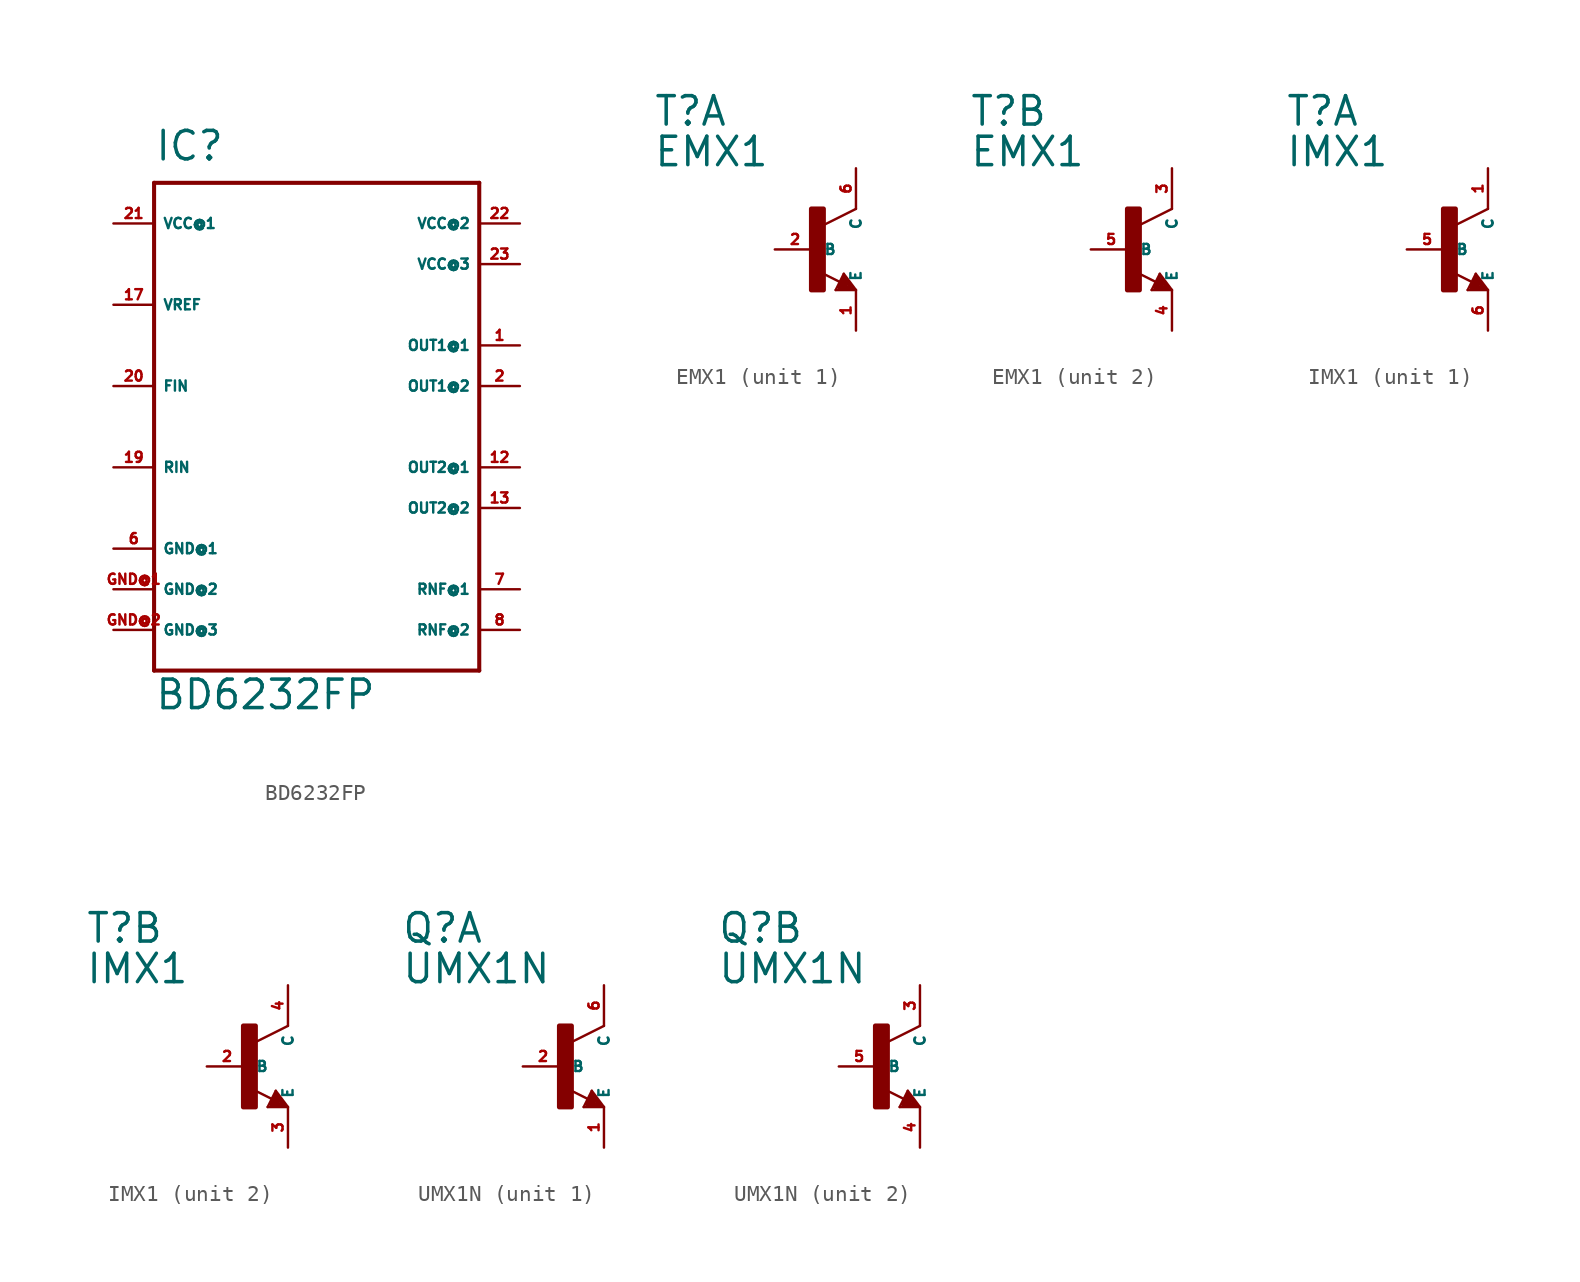
<source format=kicad_sym>
(kicad_symbol_lib
  (version 20220914)
  (generator Eagle2Kicad)
  (symbol "BD6232FP"
    (property "Reference" "IC"
      (at -10.16 13.97 0)
      (effects (font (size 1.778 1.778) (thickness 0.22)) (justify left bottom)))
    (property "Value" "BD6232FP"
      (at -10.16 -20.32 0)
      (effects (font (size 1.778 1.778) (thickness 0.22)) (justify left bottom)))
    (polyline
      (pts (xy -10.16 12.7) (xy 10.16 12.7))
      (stroke (width 0.254) (type default))
      (fill (type none)))
    (polyline
      (pts (xy 10.16 12.7) (xy 10.16 -17.78))
      (stroke (width 0.254) (type default))
      (fill (type none)))
    (polyline
      (pts (xy 10.16 -17.78) (xy -10.16 -17.78))
      (stroke (width 0.254) (type default))
      (fill (type none)))
    (polyline
      (pts (xy -10.16 -17.78) (xy -10.16 12.7))
      (stroke (width 0.254) (type default))
      (fill (type none)))
    (pin output line
      (at 12.7 2.54 180)
      (length 2.54)
      (name "OUT1@1" (effects (font (size 0.635 0.635) (thickness 0.08)) (justify left bottom)))
      (number "1" (effects (font (size 0.635 0.635) (thickness 0.08)) (justify left bottom))))
    (pin output line
      (at 12.7 -5.08 180)
      (length 2.54)
      (name "OUT2@1" (effects (font (size 0.635 0.635) (thickness 0.08)) (justify left bottom)))
      (number "12" (effects (font (size 0.635 0.635) (thickness 0.08)) (justify left bottom))))
    (pin input line
      (at -12.7 0 0)
      (length 2.54)
      (name "FIN" (effects (font (size 0.635 0.635) (thickness 0.08)) (justify left bottom)))
      (number "20" (effects (font (size 0.635 0.635) (thickness 0.08)) (justify left bottom))))
    (pin input line
      (at -12.7 -5.08 0)
      (length 2.54)
      (name "RIN" (effects (font (size 0.635 0.635) (thickness 0.08)) (justify left bottom)))
      (number "19" (effects (font (size 0.635 0.635) (thickness 0.08)) (justify left bottom))))
    (pin passive line
      (at -12.7 5.08 0)
      (length 2.54)
      (name "VREF" (effects (font (size 0.635 0.635) (thickness 0.08)) (justify left bottom)))
      (number "17" (effects (font (size 0.635 0.635) (thickness 0.08)) (justify left bottom))))
    (pin unspecified line
      (at -12.7 10.16 0)
      (length 2.54)
      (name "VCC@1" (effects (font (size 0.635 0.635) (thickness 0.08)) (justify left bottom)))
      (number "21" (effects (font (size 0.635 0.635) (thickness 0.08)) (justify left bottom))))
    (pin unspecified line
      (at -12.7 -12.7 0)
      (length 2.54)
      (name "GND@2" (effects (font (size 0.635 0.635) (thickness 0.08)) (justify left bottom)))
      (number "GND@1" (effects (font (size 0.635 0.635) (thickness 0.08)) (justify left bottom))))
    (pin unspecified line
      (at -12.7 -10.16 0)
      (length 2.54)
      (name "GND@1" (effects (font (size 0.635 0.635) (thickness 0.08)) (justify left bottom)))
      (number "6" (effects (font (size 0.635 0.635) (thickness 0.08)) (justify left bottom))))
    (pin unspecified line
      (at 12.7 10.16 180)
      (length 2.54)
      (name "VCC@2" (effects (font (size 0.635 0.635) (thickness 0.08)) (justify left bottom)))
      (number "22" (effects (font (size 0.635 0.635) (thickness 0.08)) (justify left bottom))))
    (pin unspecified line
      (at 12.7 7.62 180)
      (length 2.54)
      (name "VCC@3" (effects (font (size 0.635 0.635) (thickness 0.08)) (justify left bottom)))
      (number "23" (effects (font (size 0.635 0.635) (thickness 0.08)) (justify left bottom))))
    (pin output line
      (at 12.7 0 180)
      (length 2.54)
      (name "OUT1@2" (effects (font (size 0.635 0.635) (thickness 0.08)) (justify left bottom)))
      (number "2" (effects (font (size 0.635 0.635) (thickness 0.08)) (justify left bottom))))
    (pin output line
      (at 12.7 -7.62 180)
      (length 2.54)
      (name "OUT2@2" (effects (font (size 0.635 0.635) (thickness 0.08)) (justify left bottom)))
      (number "13" (effects (font (size 0.635 0.635) (thickness 0.08)) (justify left bottom))))
    (pin passive line
      (at 12.7 -12.7 180)
      (length 2.54)
      (name "RNF@1" (effects (font (size 0.635 0.635) (thickness 0.08)) (justify left bottom)))
      (number "7" (effects (font (size 0.635 0.635) (thickness 0.08)) (justify left bottom))))
    (pin passive line
      (at 12.7 -15.24 180)
      (length 2.54)
      (name "RNF@2" (effects (font (size 0.635 0.635) (thickness 0.08)) (justify left bottom)))
      (number "8" (effects (font (size 0.635 0.635) (thickness 0.08)) (justify left bottom))))
    (pin unspecified line
      (at -12.7 -15.24 0)
      (length 2.54)
      (name "GND@3" (effects (font (size 0.635 0.635) (thickness 0.08)) (justify left bottom)))
      (number "GND@2" (effects (font (size 0.635 0.635) (thickness 0.08)) (justify left bottom)))))
  (symbol "EMX1"
    (property "Reference" "T"
      (at -10.16 7.62 0)
      (effects (font (size 1.778 1.778) (thickness 0.22)) (justify left bottom)))
    (property "Value" "EMX1"
      (at -10.16 5.08 0)
      (effects (font (size 1.778 1.778) (thickness 0.22)) (justify left bottom)))
    (symbol "EMX1_1_0"
      (polyline (pts (xy 2.54 2.54) (xy 0.508 1.524)) (stroke (width 0.152) (type default)) (fill (type none)))
      (polyline (pts (xy 1.778 -1.524) (xy 2.54 -2.54)) (stroke (width 0.152) (type default)) (fill (type none)))
      (polyline (pts (xy 2.54 -2.54) (xy 1.27 -2.54)) (stroke (width 0.152) (type default)) (fill (type none)))
      (polyline (pts (xy 1.27 -2.54) (xy 1.778 -1.524)) (stroke (width 0.152) (type default)) (fill (type none)))
      (polyline (pts (xy 1.54 -2.04) (xy 0.308 -1.424)) (stroke (width 0.152) (type default)) (fill (type none)))
      (polyline (pts (xy 1.524 -2.413) (xy 2.286 -2.413)) (stroke (width 0.254) (type default)) (fill (type none)))
      (polyline (pts (xy 2.286 -2.413) (xy 1.778 -1.778)) (stroke (width 0.254) (type default)) (fill (type none)))
      (polyline (pts (xy 1.778 -1.778) (xy 1.524 -2.286)) (stroke (width 0.254) (type default)) (fill (type none)))
      (polyline (pts (xy 1.524 -2.286) (xy 1.905 -2.286)) (stroke (width 0.254) (type default)) (fill (type none)))
      (polyline (pts (xy 1.905 -2.286) (xy 1.778 -2.032)) (stroke (width 0.254) (type default)) (fill (type none)))
      (rectangle (start -0.254 -2.54) (end 0.508 2.54) (stroke (width 0.3) (type default)) (fill (type outline)))
      (pin passive line (at -2.54 0 0) (length 2.54) (name "B" (effects (font (size 0.635 0.635) (thickness 0.08)) (justify left bottom))) (number "2" (effects (font (size 0.635 0.635) (thickness 0.08)) (justify left bottom))))
      (pin passive line (at 2.54 -5.08 90) (length 2.54) (name "E" (effects (font (size 0.635 0.635) (thickness 0.08)) (justify left bottom))) (number "1" (effects (font (size 0.635 0.635) (thickness 0.08)) (justify left bottom))))
      (pin passive line (at 2.54 5.08 270) (length 2.54) (name "C" (effects (font (size 0.635 0.635) (thickness 0.08)) (justify left bottom))) (number "6" (effects (font (size 0.635 0.635) (thickness 0.08)) (justify left bottom)))))
    (symbol "EMX1_2_0"
      (polyline (pts (xy 2.54 2.54) (xy 0.508 1.524)) (stroke (width 0.152) (type default)) (fill (type none)))
      (polyline (pts (xy 1.778 -1.524) (xy 2.54 -2.54)) (stroke (width 0.152) (type default)) (fill (type none)))
      (polyline (pts (xy 2.54 -2.54) (xy 1.27 -2.54)) (stroke (width 0.152) (type default)) (fill (type none)))
      (polyline (pts (xy 1.27 -2.54) (xy 1.778 -1.524)) (stroke (width 0.152) (type default)) (fill (type none)))
      (polyline (pts (xy 1.54 -2.04) (xy 0.308 -1.424)) (stroke (width 0.152) (type default)) (fill (type none)))
      (polyline (pts (xy 1.524 -2.413) (xy 2.286 -2.413)) (stroke (width 0.254) (type default)) (fill (type none)))
      (polyline (pts (xy 2.286 -2.413) (xy 1.778 -1.778)) (stroke (width 0.254) (type default)) (fill (type none)))
      (polyline (pts (xy 1.778 -1.778) (xy 1.524 -2.286)) (stroke (width 0.254) (type default)) (fill (type none)))
      (polyline (pts (xy 1.524 -2.286) (xy 1.905 -2.286)) (stroke (width 0.254) (type default)) (fill (type none)))
      (polyline (pts (xy 1.905 -2.286) (xy 1.778 -2.032)) (stroke (width 0.254) (type default)) (fill (type none)))
      (rectangle (start -0.254 -2.54) (end 0.508 2.54) (stroke (width 0.3) (type default)) (fill (type outline)))
      (pin passive line (at -2.54 0 0) (length 2.54) (name "B" (effects (font (size 0.635 0.635) (thickness 0.08)) (justify left bottom))) (number "5" (effects (font (size 0.635 0.635) (thickness 0.08)) (justify left bottom))))
      (pin passive line (at 2.54 -5.08 90) (length 2.54) (name "E" (effects (font (size 0.635 0.635) (thickness 0.08)) (justify left bottom))) (number "4" (effects (font (size 0.635 0.635) (thickness 0.08)) (justify left bottom))))
      (pin passive line (at 2.54 5.08 270) (length 2.54) (name "C" (effects (font (size 0.635 0.635) (thickness 0.08)) (justify left bottom))) (number "3" (effects (font (size 0.635 0.635) (thickness 0.08)) (justify left bottom))))))
  (symbol "IMX1"
    (property "Reference" "T"
      (at -10.16 7.62 0)
      (effects (font (size 1.778 1.778) (thickness 0.22)) (justify left bottom)))
    (property "Value" "IMX1"
      (at -10.16 5.08 0)
      (effects (font (size 1.778 1.778) (thickness 0.22)) (justify left bottom)))
    (symbol "IMX1_1_0"
      (polyline (pts (xy 2.54 2.54) (xy 0.508 1.524)) (stroke (width 0.152) (type default)) (fill (type none)))
      (polyline (pts (xy 1.778 -1.524) (xy 2.54 -2.54)) (stroke (width 0.152) (type default)) (fill (type none)))
      (polyline (pts (xy 2.54 -2.54) (xy 1.27 -2.54)) (stroke (width 0.152) (type default)) (fill (type none)))
      (polyline (pts (xy 1.27 -2.54) (xy 1.778 -1.524)) (stroke (width 0.152) (type default)) (fill (type none)))
      (polyline (pts (xy 1.54 -2.04) (xy 0.308 -1.424)) (stroke (width 0.152) (type default)) (fill (type none)))
      (polyline (pts (xy 1.524 -2.413) (xy 2.286 -2.413)) (stroke (width 0.254) (type default)) (fill (type none)))
      (polyline (pts (xy 2.286 -2.413) (xy 1.778 -1.778)) (stroke (width 0.254) (type default)) (fill (type none)))
      (polyline (pts (xy 1.778 -1.778) (xy 1.524 -2.286)) (stroke (width 0.254) (type default)) (fill (type none)))
      (polyline (pts (xy 1.524 -2.286) (xy 1.905 -2.286)) (stroke (width 0.254) (type default)) (fill (type none)))
      (polyline (pts (xy 1.905 -2.286) (xy 1.778 -2.032)) (stroke (width 0.254) (type default)) (fill (type none)))
      (rectangle (start -0.254 -2.54) (end 0.508 2.54) (stroke (width 0.3) (type default)) (fill (type outline)))
      (pin passive line (at -2.54 0 0) (length 2.54) (name "B" (effects (font (size 0.635 0.635) (thickness 0.08)) (justify left bottom))) (number "5" (effects (font (size 0.635 0.635) (thickness 0.08)) (justify left bottom))))
      (pin passive line (at 2.54 -5.08 90) (length 2.54) (name "E" (effects (font (size 0.635 0.635) (thickness 0.08)) (justify left bottom))) (number "6" (effects (font (size 0.635 0.635) (thickness 0.08)) (justify left bottom))))
      (pin passive line (at 2.54 5.08 270) (length 2.54) (name "C" (effects (font (size 0.635 0.635) (thickness 0.08)) (justify left bottom))) (number "1" (effects (font (size 0.635 0.635) (thickness 0.08)) (justify left bottom)))))
    (symbol "IMX1_2_0"
      (polyline (pts (xy 2.54 2.54) (xy 0.508 1.524)) (stroke (width 0.152) (type default)) (fill (type none)))
      (polyline (pts (xy 1.778 -1.524) (xy 2.54 -2.54)) (stroke (width 0.152) (type default)) (fill (type none)))
      (polyline (pts (xy 2.54 -2.54) (xy 1.27 -2.54)) (stroke (width 0.152) (type default)) (fill (type none)))
      (polyline (pts (xy 1.27 -2.54) (xy 1.778 -1.524)) (stroke (width 0.152) (type default)) (fill (type none)))
      (polyline (pts (xy 1.54 -2.04) (xy 0.308 -1.424)) (stroke (width 0.152) (type default)) (fill (type none)))
      (polyline (pts (xy 1.524 -2.413) (xy 2.286 -2.413)) (stroke (width 0.254) (type default)) (fill (type none)))
      (polyline (pts (xy 2.286 -2.413) (xy 1.778 -1.778)) (stroke (width 0.254) (type default)) (fill (type none)))
      (polyline (pts (xy 1.778 -1.778) (xy 1.524 -2.286)) (stroke (width 0.254) (type default)) (fill (type none)))
      (polyline (pts (xy 1.524 -2.286) (xy 1.905 -2.286)) (stroke (width 0.254) (type default)) (fill (type none)))
      (polyline (pts (xy 1.905 -2.286) (xy 1.778 -2.032)) (stroke (width 0.254) (type default)) (fill (type none)))
      (rectangle (start -0.254 -2.54) (end 0.508 2.54) (stroke (width 0.3) (type default)) (fill (type outline)))
      (pin passive line (at -2.54 0 0) (length 2.54) (name "B" (effects (font (size 0.635 0.635) (thickness 0.08)) (justify left bottom))) (number "2" (effects (font (size 0.635 0.635) (thickness 0.08)) (justify left bottom))))
      (pin passive line (at 2.54 -5.08 90) (length 2.54) (name "E" (effects (font (size 0.635 0.635) (thickness 0.08)) (justify left bottom))) (number "3" (effects (font (size 0.635 0.635) (thickness 0.08)) (justify left bottom))))
      (pin passive line (at 2.54 5.08 270) (length 2.54) (name "C" (effects (font (size 0.635 0.635) (thickness 0.08)) (justify left bottom))) (number "4" (effects (font (size 0.635 0.635) (thickness 0.08)) (justify left bottom))))))
  (symbol "UMX1N"
    (property "Reference" "Q"
      (at -10.16 7.62 0)
      (effects (font (size 1.778 1.778) (thickness 0.22)) (justify left bottom)))
    (property "Value" "UMX1N"
      (at -10.16 5.08 0)
      (effects (font (size 1.778 1.778) (thickness 0.22)) (justify left bottom)))
    (symbol "UMX1N_1_0"
      (polyline (pts (xy 2.54 2.54) (xy 0.508 1.524)) (stroke (width 0.152) (type default)) (fill (type none)))
      (polyline (pts (xy 1.778 -1.524) (xy 2.54 -2.54)) (stroke (width 0.152) (type default)) (fill (type none)))
      (polyline (pts (xy 2.54 -2.54) (xy 1.27 -2.54)) (stroke (width 0.152) (type default)) (fill (type none)))
      (polyline (pts (xy 1.27 -2.54) (xy 1.778 -1.524)) (stroke (width 0.152) (type default)) (fill (type none)))
      (polyline (pts (xy 1.54 -2.04) (xy 0.308 -1.424)) (stroke (width 0.152) (type default)) (fill (type none)))
      (polyline (pts (xy 1.524 -2.413) (xy 2.286 -2.413)) (stroke (width 0.254) (type default)) (fill (type none)))
      (polyline (pts (xy 2.286 -2.413) (xy 1.778 -1.778)) (stroke (width 0.254) (type default)) (fill (type none)))
      (polyline (pts (xy 1.778 -1.778) (xy 1.524 -2.286)) (stroke (width 0.254) (type default)) (fill (type none)))
      (polyline (pts (xy 1.524 -2.286) (xy 1.905 -2.286)) (stroke (width 0.254) (type default)) (fill (type none)))
      (polyline (pts (xy 1.905 -2.286) (xy 1.778 -2.032)) (stroke (width 0.254) (type default)) (fill (type none)))
      (rectangle (start -0.254 -2.54) (end 0.508 2.54) (stroke (width 0.3) (type default)) (fill (type outline)))
      (pin passive line (at -2.54 0 0) (length 2.54) (name "B" (effects (font (size 0.635 0.635) (thickness 0.08)) (justify left bottom))) (number "2" (effects (font (size 0.635 0.635) (thickness 0.08)) (justify left bottom))))
      (pin passive line (at 2.54 -5.08 90) (length 2.54) (name "E" (effects (font (size 0.635 0.635) (thickness 0.08)) (justify left bottom))) (number "1" (effects (font (size 0.635 0.635) (thickness 0.08)) (justify left bottom))))
      (pin passive line (at 2.54 5.08 270) (length 2.54) (name "C" (effects (font (size 0.635 0.635) (thickness 0.08)) (justify left bottom))) (number "6" (effects (font (size 0.635 0.635) (thickness 0.08)) (justify left bottom)))))
    (symbol "UMX1N_2_0"
      (polyline (pts (xy 2.54 2.54) (xy 0.508 1.524)) (stroke (width 0.152) (type default)) (fill (type none)))
      (polyline (pts (xy 1.778 -1.524) (xy 2.54 -2.54)) (stroke (width 0.152) (type default)) (fill (type none)))
      (polyline (pts (xy 2.54 -2.54) (xy 1.27 -2.54)) (stroke (width 0.152) (type default)) (fill (type none)))
      (polyline (pts (xy 1.27 -2.54) (xy 1.778 -1.524)) (stroke (width 0.152) (type default)) (fill (type none)))
      (polyline (pts (xy 1.54 -2.04) (xy 0.308 -1.424)) (stroke (width 0.152) (type default)) (fill (type none)))
      (polyline (pts (xy 1.524 -2.413) (xy 2.286 -2.413)) (stroke (width 0.254) (type default)) (fill (type none)))
      (polyline (pts (xy 2.286 -2.413) (xy 1.778 -1.778)) (stroke (width 0.254) (type default)) (fill (type none)))
      (polyline (pts (xy 1.778 -1.778) (xy 1.524 -2.286)) (stroke (width 0.254) (type default)) (fill (type none)))
      (polyline (pts (xy 1.524 -2.286) (xy 1.905 -2.286)) (stroke (width 0.254) (type default)) (fill (type none)))
      (polyline (pts (xy 1.905 -2.286) (xy 1.778 -2.032)) (stroke (width 0.254) (type default)) (fill (type none)))
      (rectangle (start -0.254 -2.54) (end 0.508 2.54) (stroke (width 0.3) (type default)) (fill (type outline)))
      (pin passive line (at -2.54 0 0) (length 2.54) (name "B" (effects (font (size 0.635 0.635) (thickness 0.08)) (justify left bottom))) (number "5" (effects (font (size 0.635 0.635) (thickness 0.08)) (justify left bottom))))
      (pin passive line (at 2.54 -5.08 90) (length 2.54) (name "E" (effects (font (size 0.635 0.635) (thickness 0.08)) (justify left bottom))) (number "4" (effects (font (size 0.635 0.635) (thickness 0.08)) (justify left bottom))))
      (pin passive line (at 2.54 5.08 270) (length 2.54) (name "C" (effects (font (size 0.635 0.635) (thickness 0.08)) (justify left bottom))) (number "3" (effects (font (size 0.635 0.635) (thickness 0.08)) (justify left bottom)))))))
</source>
